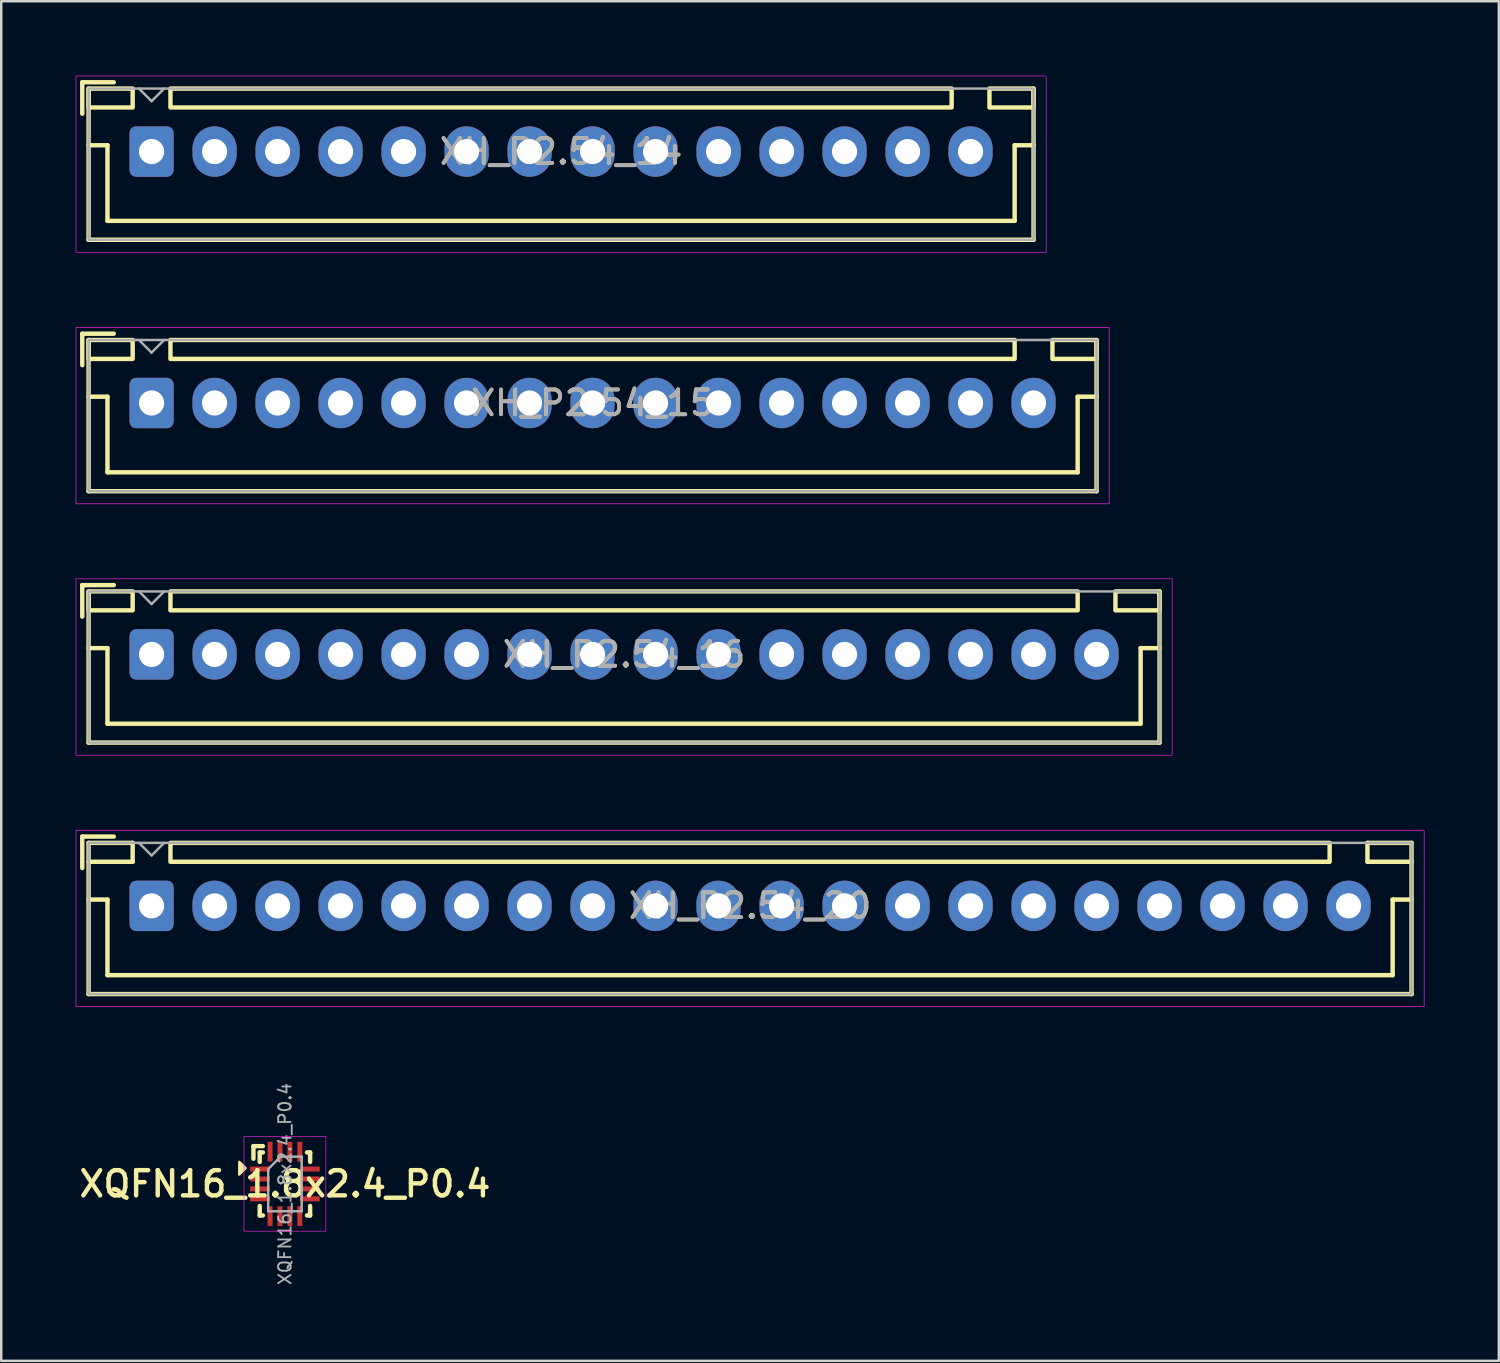
<source format=kicad_pcb>
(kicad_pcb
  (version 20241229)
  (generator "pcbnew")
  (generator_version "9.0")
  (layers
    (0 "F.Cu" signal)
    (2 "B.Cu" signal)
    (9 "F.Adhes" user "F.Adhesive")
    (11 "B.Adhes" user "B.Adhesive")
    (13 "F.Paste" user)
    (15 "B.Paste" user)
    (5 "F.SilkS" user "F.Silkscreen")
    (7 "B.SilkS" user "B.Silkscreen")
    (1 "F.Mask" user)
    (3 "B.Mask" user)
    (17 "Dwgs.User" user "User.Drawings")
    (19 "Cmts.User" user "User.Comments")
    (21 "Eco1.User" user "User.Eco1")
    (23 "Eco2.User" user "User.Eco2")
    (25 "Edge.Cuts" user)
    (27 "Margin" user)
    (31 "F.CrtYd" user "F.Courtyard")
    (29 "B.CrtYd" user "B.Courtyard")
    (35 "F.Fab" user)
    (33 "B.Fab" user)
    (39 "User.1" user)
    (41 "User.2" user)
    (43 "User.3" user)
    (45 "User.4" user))
  (footprint "XH_P2.54_14"
    (layer "F.Cu")
    (at 19.571 3.061)
    (property "Reference" "XH_P2.54_14" (at 0 0 0) (layer "F.SilkS") (effects (font (size 1 1) (thickness 0.15))))
    (attr through_hole)
    (fp_line (start -19.304 -2.794) (end -18.034 -2.794) (stroke (width 0.178) (type solid)) (layer "F.SilkS"))
    (fp_line (start -19.304 -1.524) (end -19.304 -2.794) (stroke (width 0.178) (type solid)) (layer "F.SilkS"))
    (fp_line (start -19.05 -2.54) (end -19.05 3.556) (stroke (width 0.178) (type solid)) (layer "F.SilkS"))
    (fp_line (start -19.05 -0.254) (end -18.288 -0.254) (stroke (width 0.178) (type solid)) (layer "F.SilkS"))
    (fp_line (start -19.05 3.556) (end 19.05 3.556) (stroke (width 0.178) (type solid)) (layer "F.SilkS"))
    (fp_line (start -18.288 -0.254) (end -18.288 2.794) (stroke (width 0.178) (type solid)) (layer "F.SilkS"))
    (fp_line (start -18.288 2.794) (end 18.288 2.794) (stroke (width 0.178) (type solid)) (layer "F.SilkS"))
    (fp_line (start 18.288 -0.254) (end 18.288 2.794) (stroke (width 0.178) (type solid)) (layer "F.SilkS"))
    (fp_line (start 18.288 -0.254) (end 19.05 -0.254) (stroke (width 0.178) (type solid)) (layer "F.SilkS"))
    (fp_line (start 19.05 -2.54) (end 19.05 3.556) (stroke (width 0.178) (type solid)) (layer "F.SilkS"))
    (fp_rect (start -17.272 -1.778) (end -19.05 -2.54) (stroke (width 0.178) (type solid)) (fill no) (layer "F.SilkS"))
    (fp_rect (start -15.748 -2.54) (end 15.748 -1.778) (stroke (width 0.178) (type solid)) (fill no) (layer "F.SilkS"))
    (fp_rect (start 17.272 -2.54) (end 19.05 -1.778) (stroke (width 0.178) (type solid)) (fill no) (layer "F.SilkS"))
    (fp_rect (start -19.558 -3.048) (end 19.558 4.064) (stroke (width 0.025) (type solid)) (fill no) (layer "F.CrtYd"))
    (fp_line (start -17.018 -2.54) (end -16.51 -2.032) (stroke (width 0.1) (type solid)) (layer "F.Fab"))
    (fp_line (start -16.002 -2.54) (end -16.51 -2.032) (stroke (width 0.1) (type solid)) (layer "F.Fab"))
    (fp_rect (start -19.05 -2.54) (end 19.05 3.556) (stroke (width 0.1) (type solid)) (fill no) (layer "F.Fab"))
    (fp_text user "${REFERENCE}" (at 0 0 0) (layer "F.Fab") (effects (font (size 1 1) (thickness 0.15))))
    (pad "1" thru_hole roundrect (at -16.51 0) (size 1.778 2.032) (drill 1.016) (layers "*.Cu" "*.Mask") (roundrect_rratio 0.15))
    (pad "2" thru_hole oval (at -13.97 0) (size 1.778 2.032) (drill 1.016) (layers "*.Cu" "*.Mask"))
    (pad "3" thru_hole oval (at -11.43 0) (size 1.778 2.032) (drill 1.016) (layers "*.Cu" "*.Mask"))
    (pad "4" thru_hole oval (at -8.89 0) (size 1.778 2.032) (drill 1.016) (layers "*.Cu" "*.Mask"))
    (pad "5" thru_hole oval (at -6.35 0) (size 1.778 2.032) (drill 1.016) (layers "*.Cu" "*.Mask"))
    (pad "6" thru_hole oval (at -3.81 0) (size 1.778 2.032) (drill 1.016) (layers "*.Cu" "*.Mask"))
    (pad "7" thru_hole oval (at -1.27 0) (size 1.778 2.032) (drill 1.016) (layers "*.Cu" "*.Mask"))
    (pad "8" thru_hole oval (at 1.27 0) (size 1.778 2.032) (drill 1.016) (layers "*.Cu" "*.Mask"))
    (pad "9" thru_hole oval (at 3.81 0) (size 1.778 2.032) (drill 1.016) (layers "*.Cu" "*.Mask"))
    (pad "10" thru_hole oval (at 6.35 0) (size 1.778 2.032) (drill 1.016) (layers "*.Cu" "*.Mask"))
    (pad "11" thru_hole oval (at 8.89 0) (size 1.778 2.032) (drill 1.016) (layers "*.Cu" "*.Mask"))
    (pad "12" thru_hole oval (at 11.43 0) (size 1.778 2.032) (drill 1.016) (layers "*.Cu" "*.Mask"))
    (pad "13" thru_hole oval (at 13.97 0) (size 1.778 2.032) (drill 1.016) (layers "*.Cu" "*.Mask"))
    (pad "14" thru_hole oval (at 16.51 0) (size 1.778 2.032) (drill 1.016) (layers "*.Cu" "*.Mask")))
  (footprint "XH_P2.54_15"
    (layer "F.Cu")
    (at 20.841 13.198)
    (property "Reference" "XH_P2.54_15" (at 0 0 0) (layer "F.SilkS") (effects (font (size 1 1) (thickness 0.15))))
    (attr through_hole)
    (fp_line (start -20.574 -2.794) (end -19.304 -2.794) (stroke (width 0.178) (type solid)) (layer "F.SilkS"))
    (fp_line (start -20.574 -1.524) (end -20.574 -2.794) (stroke (width 0.178) (type solid)) (layer "F.SilkS"))
    (fp_line (start -20.32 -2.54) (end -20.32 3.556) (stroke (width 0.178) (type solid)) (layer "F.SilkS"))
    (fp_line (start -20.32 -0.254) (end -19.558 -0.254) (stroke (width 0.178) (type solid)) (layer "F.SilkS"))
    (fp_line (start -20.32 3.556) (end 20.32 3.556) (stroke (width 0.178) (type solid)) (layer "F.SilkS"))
    (fp_line (start -19.558 -0.254) (end -19.558 2.794) (stroke (width 0.178) (type solid)) (layer "F.SilkS"))
    (fp_line (start -19.558 2.794) (end 19.558 2.794) (stroke (width 0.178) (type solid)) (layer "F.SilkS"))
    (fp_line (start 19.558 -0.254) (end 19.558 2.794) (stroke (width 0.178) (type solid)) (layer "F.SilkS"))
    (fp_line (start 19.558 -0.254) (end 20.32 -0.254) (stroke (width 0.178) (type solid)) (layer "F.SilkS"))
    (fp_line (start 20.32 -2.54) (end 20.32 3.556) (stroke (width 0.178) (type solid)) (layer "F.SilkS"))
    (fp_rect (start -18.542 -1.778) (end -20.32 -2.54) (stroke (width 0.178) (type solid)) (fill no) (layer "F.SilkS"))
    (fp_rect (start -17.018 -2.54) (end 17.018 -1.778) (stroke (width 0.178) (type solid)) (fill no) (layer "F.SilkS"))
    (fp_rect (start 18.542 -2.54) (end 20.32 -1.778) (stroke (width 0.178) (type solid)) (fill no) (layer "F.SilkS"))
    (fp_rect (start -20.828 -3.048) (end 20.828 4.064) (stroke (width 0.025) (type solid)) (fill no) (layer "F.CrtYd"))
    (fp_line (start -18.288 -2.54) (end -17.78 -2.032) (stroke (width 0.1) (type solid)) (layer "F.Fab"))
    (fp_line (start -17.272 -2.54) (end -17.78 -2.032) (stroke (width 0.1) (type solid)) (layer "F.Fab"))
    (fp_rect (start -20.32 -2.54) (end 20.32 3.556) (stroke (width 0.1) (type solid)) (fill no) (layer "F.Fab"))
    (fp_text user "${REFERENCE}" (at 0 0 0) (layer "F.Fab") (effects (font (size 1 1) (thickness 0.15))))
    (pad "1" thru_hole roundrect (at -17.78 0) (size 1.778 2.032) (drill 1.016) (layers "*.Cu" "*.Mask") (roundrect_rratio 0.15))
    (pad "2" thru_hole oval (at -15.24 0) (size 1.778 2.032) (drill 1.016) (layers "*.Cu" "*.Mask"))
    (pad "3" thru_hole oval (at -12.7 0) (size 1.778 2.032) (drill 1.016) (layers "*.Cu" "*.Mask"))
    (pad "4" thru_hole oval (at -10.16 0) (size 1.778 2.032) (drill 1.016) (layers "*.Cu" "*.Mask"))
    (pad "5" thru_hole oval (at -7.62 0) (size 1.778 2.032) (drill 1.016) (layers "*.Cu" "*.Mask"))
    (pad "6" thru_hole oval (at -5.08 0) (size 1.778 2.032) (drill 1.016) (layers "*.Cu" "*.Mask"))
    (pad "7" thru_hole oval (at -2.54 0) (size 1.778 2.032) (drill 1.016) (layers "*.Cu" "*.Mask"))
    (pad "8" thru_hole oval (at 0 0) (size 1.778 2.032) (drill 1.016) (layers "*.Cu" "*.Mask"))
    (pad "9" thru_hole oval (at 2.54 0) (size 1.778 2.032) (drill 1.016) (layers "*.Cu" "*.Mask"))
    (pad "10" thru_hole oval (at 5.08 0) (size 1.778 2.032) (drill 1.016) (layers "*.Cu" "*.Mask"))
    (pad "11" thru_hole oval (at 7.62 0) (size 1.778 2.032) (drill 1.016) (layers "*.Cu" "*.Mask"))
    (pad "12" thru_hole oval (at 10.16 0) (size 1.778 2.032) (drill 1.016) (layers "*.Cu" "*.Mask"))
    (pad "13" thru_hole oval (at 12.7 0) (size 1.778 2.032) (drill 1.016) (layers "*.Cu" "*.Mask"))
    (pad "14" thru_hole oval (at 15.24 0) (size 1.778 2.032) (drill 1.016) (layers "*.Cu" "*.Mask"))
    (pad "15" thru_hole oval (at 17.78 0) (size 1.778 2.032) (drill 1.016) (layers "*.Cu" "*.Mask")))
  (footprint "XH_P2.54_20"
    (layer "F.Cu")
    (at 27.191 33.473)
    (property "Reference" "XH_P2.54_20" (at 0 0 0) (layer "F.SilkS") (effects (font (size 1 1) (thickness 0.15))))
    (attr through_hole)
    (fp_line (start -26.924 -2.794) (end -25.654 -2.794) (stroke (width 0.178) (type solid)) (layer "F.SilkS"))
    (fp_line (start -26.924 -1.524) (end -26.924 -2.794) (stroke (width 0.178) (type solid)) (layer "F.SilkS"))
    (fp_line (start -26.67 -2.54) (end -26.67 3.556) (stroke (width 0.178) (type solid)) (layer "F.SilkS"))
    (fp_line (start -26.67 -2.54) (end -24.892 -2.54) (stroke (width 0.178) (type solid)) (layer "F.SilkS"))
    (fp_line (start -26.67 -1.778) (end -24.892 -1.778) (stroke (width 0.178) (type solid)) (layer "F.SilkS"))
    (fp_line (start -26.67 -0.254) (end -25.908 -0.254) (stroke (width 0.178) (type solid)) (layer "F.SilkS"))
    (fp_line (start -26.67 3.556) (end 26.67 3.556) (stroke (width 0.178) (type solid)) (layer "F.SilkS"))
    (fp_line (start -25.908 -0.254) (end -25.908 2.794) (stroke (width 0.178) (type solid)) (layer "F.SilkS"))
    (fp_line (start -25.908 2.794) (end 25.908 2.794) (stroke (width 0.178) (type solid)) (layer "F.SilkS"))
    (fp_line (start -24.892 -1.778) (end -24.892 -2.54) (stroke (width 0.178) (type solid)) (layer "F.SilkS"))
    (fp_line (start 24.892 -2.54) (end 26.67 -2.54) (stroke (width 0.178) (type solid)) (layer "F.SilkS"))
    (fp_line (start 24.892 -1.778) (end 24.892 -2.54) (stroke (width 0.178) (type solid)) (layer "F.SilkS"))
    (fp_line (start 24.892 -1.778) (end 26.67 -1.778) (stroke (width 0.178) (type solid)) (layer "F.SilkS"))
    (fp_line (start 25.908 -0.254) (end 25.908 2.794) (stroke (width 0.178) (type solid)) (layer "F.SilkS"))
    (fp_line (start 25.908 -0.254) (end 26.67 -0.254) (stroke (width 0.178) (type solid)) (layer "F.SilkS"))
    (fp_line (start 26.67 -2.54) (end 26.67 3.556) (stroke (width 0.178) (type solid)) (layer "F.SilkS"))
    (fp_rect (start -23.368 -2.54) (end 23.368 -1.778) (stroke (width 0.178) (type solid)) (fill no) (layer "F.SilkS"))
    (fp_rect (start -27.178 -3.048) (end 27.178 4.064) (stroke (width 0.025) (type solid)) (fill no) (layer "F.CrtYd"))
    (fp_line (start -24.638 -2.54) (end -24.13 -2.032) (stroke (width 0.1) (type solid)) (layer "F.Fab"))
    (fp_line (start -23.622 -2.54) (end -24.13 -2.032) (stroke (width 0.1) (type solid)) (layer "F.Fab"))
    (fp_rect (start -26.67 -2.54) (end 26.67 3.556) (stroke (width 0.1) (type solid)) (fill no) (layer "F.Fab"))
    (fp_text user "${REFERENCE}" (at 0 0 0) (layer "F.Fab") (effects (font (size 1 1) (thickness 0.15))))
    (pad "1" thru_hole roundrect (at -24.13 0) (size 1.778 2.032) (drill 1.016) (layers "*.Cu" "*.Mask") (roundrect_rratio 0.15))
    (pad "2" thru_hole oval (at -21.59 0) (size 1.778 2.032) (drill 1.016) (layers "*.Cu" "*.Mask"))
    (pad "3" thru_hole oval (at -19.05 0) (size 1.778 2.032) (drill 1.016) (layers "*.Cu" "*.Mask"))
    (pad "4" thru_hole oval (at -16.51 0) (size 1.778 2.032) (drill 1.016) (layers "*.Cu" "*.Mask"))
    (pad "5" thru_hole oval (at -13.97 0) (size 1.778 2.032) (drill 1.016) (layers "*.Cu" "*.Mask"))
    (pad "6" thru_hole oval (at -11.43 0) (size 1.778 2.032) (drill 1.016) (layers "*.Cu" "*.Mask"))
    (pad "7" thru_hole oval (at -8.89 0) (size 1.778 2.032) (drill 1.016) (layers "*.Cu" "*.Mask"))
    (pad "8" thru_hole oval (at -6.35 0) (size 1.778 2.032) (drill 1.016) (layers "*.Cu" "*.Mask"))
    (pad "9" thru_hole oval (at -3.81 0) (size 1.778 2.032) (drill 1.016) (layers "*.Cu" "*.Mask"))
    (pad "10" thru_hole oval (at -1.27 0) (size 1.778 2.032) (drill 1.016) (layers "*.Cu" "*.Mask"))
    (pad "11" thru_hole oval (at 1.27 0) (size 1.778 2.032) (drill 1.016) (layers "*.Cu" "*.Mask"))
    (pad "12" thru_hole oval (at 3.81 0) (size 1.778 2.032) (drill 1.016) (layers "*.Cu" "*.Mask"))
    (pad "13" thru_hole oval (at 6.35 0) (size 1.778 2.032) (drill 1.016) (layers "*.Cu" "*.Mask"))
    (pad "14" thru_hole oval (at 8.89 0) (size 1.778 2.032) (drill 1.016) (layers "*.Cu" "*.Mask"))
    (pad "15" thru_hole oval (at 11.43 0) (size 1.778 2.032) (drill 1.016) (layers "*.Cu" "*.Mask"))
    (pad "16" thru_hole oval (at 13.97 0) (size 1.778 2.032) (drill 1.016) (layers "*.Cu" "*.Mask"))
    (pad "17" thru_hole oval (at 16.51 0) (size 1.778 2.032) (drill 1.016) (layers "*.Cu" "*.Mask"))
    (pad "18" thru_hole oval (at 19.05 0) (size 1.778 2.032) (drill 1.016) (layers "*.Cu" "*.Mask"))
    (pad "19" thru_hole oval (at 21.59 0) (size 1.778 2.032) (drill 1.016) (layers "*.Cu" "*.Mask"))
    (pad "20" thru_hole oval (at 24.13 0) (size 1.778 2.032) (drill 1.016) (layers "*.Cu" "*.Mask")))
  (footprint "XH_P2.54_16"
    (layer "F.Cu")
    (at 22.111 23.335)
    (property "Reference" "XH_P2.54_16" (at 0 0 0) (layer "F.SilkS") (effects (font (size 1 1) (thickness 0.15))))
    (attr through_hole)
    (fp_line (start -21.844 -2.794) (end -20.574 -2.794) (stroke (width 0.178) (type solid)) (layer "F.SilkS"))
    (fp_line (start -21.844 -1.524) (end -21.844 -2.794) (stroke (width 0.178) (type solid)) (layer "F.SilkS"))
    (fp_line (start -21.59 -2.54) (end -21.59 3.556) (stroke (width 0.178) (type solid)) (layer "F.SilkS"))
    (fp_line (start -21.59 -0.254) (end -20.828 -0.254) (stroke (width 0.178) (type solid)) (layer "F.SilkS"))
    (fp_line (start -21.59 3.556) (end 21.59 3.556) (stroke (width 0.178) (type solid)) (layer "F.SilkS"))
    (fp_line (start -20.828 -0.254) (end -20.828 2.794) (stroke (width 0.178) (type solid)) (layer "F.SilkS"))
    (fp_line (start -20.828 2.794) (end 20.828 2.794) (stroke (width 0.178) (type solid)) (layer "F.SilkS"))
    (fp_line (start 20.828 -0.254) (end 20.828 2.794) (stroke (width 0.178) (type solid)) (layer "F.SilkS"))
    (fp_line (start 20.828 -0.254) (end 21.59 -0.254) (stroke (width 0.178) (type solid)) (layer "F.SilkS"))
    (fp_line (start 21.59 -2.54) (end 21.59 3.556) (stroke (width 0.178) (type solid)) (layer "F.SilkS"))
    (fp_rect (start -19.812 -1.778) (end -21.59 -2.54) (stroke (width 0.178) (type solid)) (fill no) (layer "F.SilkS"))
    (fp_rect (start -18.288 -2.54) (end 18.288 -1.778) (stroke (width 0.178) (type solid)) (fill no) (layer "F.SilkS"))
    (fp_rect (start 19.812 -2.54) (end 21.59 -1.778) (stroke (width 0.178) (type solid)) (fill no) (layer "F.SilkS"))
    (fp_rect (start -22.098 -3.048) (end 22.098 4.064) (stroke (width 0.025) (type solid)) (fill no) (layer "F.CrtYd"))
    (fp_line (start -19.558 -2.54) (end -19.05 -2.032) (stroke (width 0.1) (type solid)) (layer "F.Fab"))
    (fp_line (start -18.542 -2.54) (end -19.05 -2.032) (stroke (width 0.1) (type solid)) (layer "F.Fab"))
    (fp_rect (start -21.59 -2.54) (end 21.59 3.556) (stroke (width 0.1) (type solid)) (fill no) (layer "F.Fab"))
    (fp_text user "${REFERENCE}" (at 0 0 0) (layer "F.Fab") (effects (font (size 1 1) (thickness 0.15))))
    (pad "1" thru_hole roundrect (at -19.05 0) (size 1.778 2.032) (drill 1.016) (layers "*.Cu" "*.Mask") (roundrect_rratio 0.15))
    (pad "2" thru_hole oval (at -16.51 0) (size 1.778 2.032) (drill 1.016) (layers "*.Cu" "*.Mask"))
    (pad "3" thru_hole oval (at -13.97 0) (size 1.778 2.032) (drill 1.016) (layers "*.Cu" "*.Mask"))
    (pad "4" thru_hole oval (at -11.43 0) (size 1.778 2.032) (drill 1.016) (layers "*.Cu" "*.Mask"))
    (pad "5" thru_hole oval (at -8.89 0) (size 1.778 2.032) (drill 1.016) (layers "*.Cu" "*.Mask"))
    (pad "6" thru_hole oval (at -6.35 0) (size 1.778 2.032) (drill 1.016) (layers "*.Cu" "*.Mask"))
    (pad "7" thru_hole oval (at -3.81 0) (size 1.778 2.032) (drill 1.016) (layers "*.Cu" "*.Mask"))
    (pad "8" thru_hole oval (at -1.27 0) (size 1.778 2.032) (drill 1.016) (layers "*.Cu" "*.Mask"))
    (pad "9" thru_hole oval (at 1.27 0) (size 1.778 2.032) (drill 1.016) (layers "*.Cu" "*.Mask"))
    (pad "10" thru_hole oval (at 3.81 0) (size 1.778 2.032) (drill 1.016) (layers "*.Cu" "*.Mask"))
    (pad "11" thru_hole oval (at 6.35 0) (size 1.778 2.032) (drill 1.016) (layers "*.Cu" "*.Mask"))
    (pad "12" thru_hole oval (at 8.89 0) (size 1.778 2.032) (drill 1.016) (layers "*.Cu" "*.Mask"))
    (pad "13" thru_hole oval (at 11.43 0) (size 1.778 2.032) (drill 1.016) (layers "*.Cu" "*.Mask"))
    (pad "14" thru_hole oval (at 13.97 0) (size 1.778 2.032) (drill 1.016) (layers "*.Cu" "*.Mask"))
    (pad "15" thru_hole oval (at 16.51 0) (size 1.778 2.032) (drill 1.016) (layers "*.Cu" "*.Mask"))
    (pad "16" thru_hole oval (at 19.05 0) (size 1.778 2.032) (drill 1.016) (layers "*.Cu" "*.Mask")))
  (footprint "XQFN16_1.8x2.4_P0.4"
    (layer "F.Cu")
    (at 8.438 44.684)
    (property "Reference" "XQFN16_1.8x2.4_P0.4" (at 0 0 0) (layer "F.SilkS") (effects (font (size 1.016 1.016) (thickness 0.178))))
    (attr smd)
    (fp_line (start -1.27 -1.524) (end -0.889 -1.524) (stroke (width 0.178) (type solid)) (layer "F.SilkS"))
    (fp_line (start -1.27 -1.016) (end -1.27 -1.524) (stroke (width 0.178) (type solid)) (layer "F.SilkS"))
    (fp_line (start -1.016 -1.27) (end -0.889 -1.27) (stroke (width 0.178) (type solid)) (layer "F.SilkS"))
    (fp_line (start -1.016 -0.889) (end -1.016 -1.27) (stroke (width 0.178) (type solid)) (layer "F.SilkS"))
    (fp_line (start -1.016 0.889) (end -1.016 1.27) (stroke (width 0.178) (type solid)) (layer "F.SilkS"))
    (fp_line (start -1.016 1.27) (end -0.889 1.27) (stroke (width 0.178) (type solid)) (layer "F.SilkS"))
    (fp_line (start 0.889 1.27) (end 1.016 1.27) (stroke (width 0.178) (type solid)) (layer "F.SilkS"))
    (fp_line (start 1.016 -1.27) (end 0.889 -1.27) (stroke (width 0.178) (type solid)) (layer "F.SilkS"))
    (fp_line (start 1.016 -0.889) (end 1.016 -1.27) (stroke (width 0.178) (type solid)) (layer "F.SilkS"))
    (fp_line (start 1.016 1.27) (end 1.016 0.889) (stroke (width 0.178) (type solid)) (layer "F.SilkS"))
    (fp_poly (pts (xy -1.587 -0.635) (xy -1.841 -0.381) (xy -1.841 -0.889)) (stroke (width 0.1) (type solid)) (fill yes) (layer "F.SilkS"))
    (fp_rect (start -1.651 -1.905) (end 1.651 1.905) (stroke (width 0.025) (type solid)) (fill no) (layer "F.CrtYd"))
    (fp_line (start -0.675 -0.6) (end -0.675 1.1) (stroke (width 0.1) (type solid)) (layer "F.Fab"))
    (fp_line (start -0.175 -1.1) (end -0.675 -0.6) (stroke (width 0.1) (type solid)) (layer "F.Fab"))
    (fp_line (start 0.675 -1.1) (end -0.175 -1.1) (stroke (width 0.1) (type solid)) (layer "F.Fab"))
    (fp_line (start 0.675 -1.1) (end 0.675 1.1) (stroke (width 0.1) (type solid)) (layer "F.Fab"))
    (fp_line (start 0.675 1.1) (end -0.675 1.1) (stroke (width 0.1) (type solid)) (layer "F.Fab"))
    (fp_text user "${REFERENCE}" (at 0 0 90) (layer "F.Fab") (effects (font (size 0.5 0.5) (thickness 0.075))))
    (pad "1" smd rect (at -1 -0.6) (size 0.8 0.2) (layers "F.Cu" "F.Mask" "F.Paste"))
    (pad "2" smd rect (at -1 -0.2) (size 0.8 0.2) (layers "F.Cu" "F.Mask" "F.Paste"))
    (pad "3" smd rect (at -1 0.2) (size 0.8 0.2) (layers "F.Cu" "F.Mask" "F.Paste"))
    (pad "4" smd rect (at -1 0.6) (size 0.8 0.2) (layers "F.Cu" "F.Mask" "F.Paste"))
    (pad "5" smd rect (at -0.6 1.3) (size 0.2 0.8) (layers "F.Cu" "F.Mask" "F.Paste"))
    (pad "6" smd rect (at -0.2 1.3) (size 0.2 0.8) (layers "F.Cu" "F.Mask" "F.Paste"))
    (pad "7" smd rect (at 0.2 1.3) (size 0.2 0.8) (layers "F.Cu" "F.Mask" "F.Paste"))
    (pad "8" smd rect (at 0.6 1.3) (size 0.2 0.8) (layers "F.Cu" "F.Mask" "F.Paste"))
    (pad "9" smd rect (at 1 0.6) (size 0.8 0.2) (layers "F.Cu" "F.Mask" "F.Paste"))
    (pad "10" smd rect (at 1 0.2) (size 0.8 0.2) (layers "F.Cu" "F.Mask" "F.Paste"))
    (pad "11" smd rect (at 1 -0.2) (size 0.8 0.2) (layers "F.Cu" "F.Mask" "F.Paste"))
    (pad "12" smd rect (at 1 -0.6) (size 0.8 0.2) (layers "F.Cu" "F.Mask" "F.Paste"))
    (pad "13" smd rect (at 0.6 -1.3) (size 0.2 0.8) (layers "F.Cu" "F.Mask" "F.Paste"))
    (pad "14" smd rect (at 0.2 -1.3) (size 0.2 0.8) (layers "F.Cu" "F.Mask" "F.Paste"))
    (pad "15" smd rect (at -0.2 -1.3) (size 0.2 0.8) (layers "F.Cu" "F.Mask" "F.Paste"))
    (pad "16" smd rect (at -0.6 -1.3) (size 0.2 0.8) (layers "F.Cu" "F.Mask" "F.Paste")))
  (gr_rect
    (start -3 -3)
    (end 57.381 51.817)
    (stroke (width 0.1) (type default))
    (fill no)
    (layer "Edge.Cuts")))
</source>
